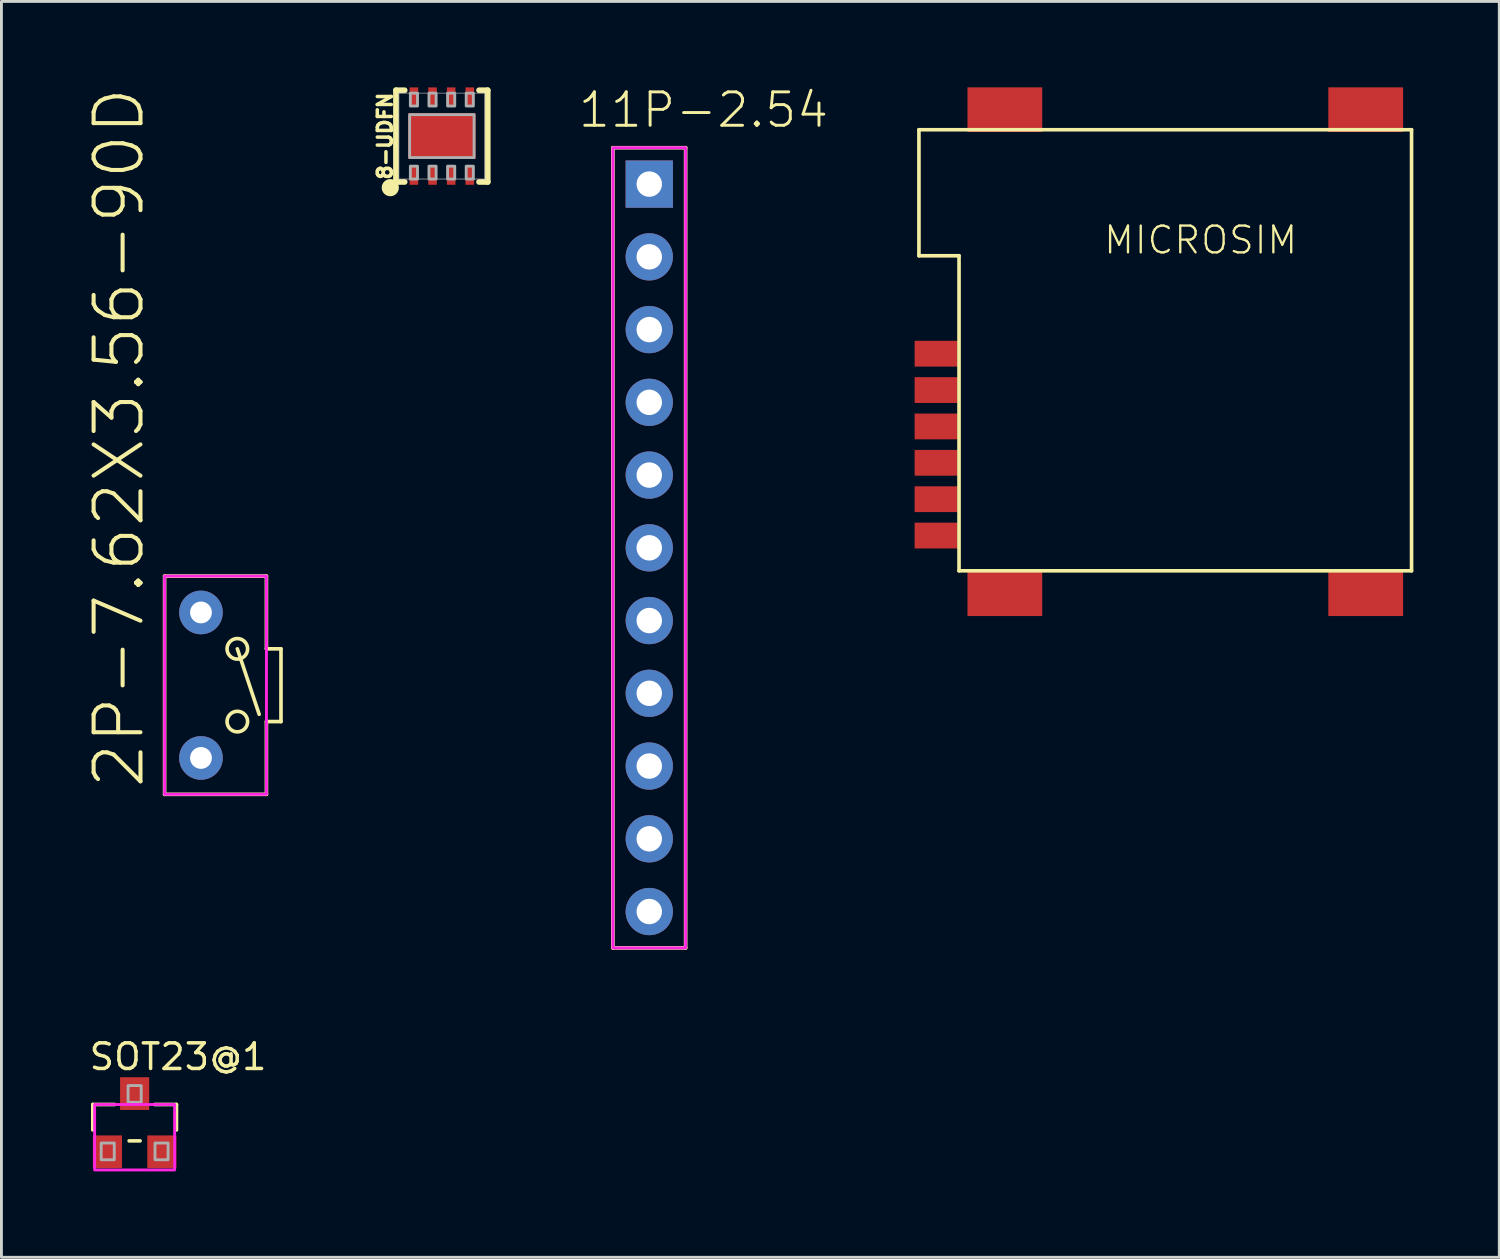
<source format=kicad_pcb>
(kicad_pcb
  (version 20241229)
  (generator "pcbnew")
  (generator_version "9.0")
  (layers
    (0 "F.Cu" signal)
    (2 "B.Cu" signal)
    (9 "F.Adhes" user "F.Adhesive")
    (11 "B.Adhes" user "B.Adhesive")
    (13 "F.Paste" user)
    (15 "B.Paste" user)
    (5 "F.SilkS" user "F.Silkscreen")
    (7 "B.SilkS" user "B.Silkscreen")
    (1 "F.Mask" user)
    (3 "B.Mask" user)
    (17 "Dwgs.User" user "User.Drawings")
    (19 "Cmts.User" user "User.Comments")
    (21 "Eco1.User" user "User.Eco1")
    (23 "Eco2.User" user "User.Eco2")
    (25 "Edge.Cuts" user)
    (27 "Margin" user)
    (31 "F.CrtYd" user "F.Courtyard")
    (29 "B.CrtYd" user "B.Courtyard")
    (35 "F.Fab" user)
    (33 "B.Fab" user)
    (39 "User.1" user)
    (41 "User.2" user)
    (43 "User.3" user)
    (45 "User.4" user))
  (footprint "8-UDFN"
    (layer "F.Cu")
    (at 12.378 1.702)
    (property "Reference" "8-UDFN" (at -1.7 0 90) (layer "F.SilkS") (effects (font (size 0.488 0.488) (thickness 0.122)) (justify bottom)))
    (fp_line (start -1.6 -1.6) (end -1.3 -1.6) (stroke (width 0.203) (type solid)) (layer "F.SilkS"))
    (fp_line (start -1.6 1.6) (end -1.6 -1.6) (stroke (width 0.203) (type solid)) (layer "F.SilkS"))
    (fp_line (start -1.6 1.6) (end -1.3 1.6) (stroke (width 0.203) (type solid)) (layer "F.SilkS"))
    (fp_line (start 1.6 -1.6) (end 1.3 -1.6) (stroke (width 0.203) (type solid)) (layer "F.SilkS"))
    (fp_line (start 1.6 -1.6) (end 1.6 1.6) (stroke (width 0.203) (type solid)) (layer "F.SilkS"))
    (fp_line (start 1.6 1.6) (end 1.3 1.6) (stroke (width 0.203) (type solid)) (layer "F.SilkS"))
    (fp_circle (center -1.8 1.8) (end -1.65 1.8) (stroke (width 0.3) (type solid)) (fill yes) (layer "F.SilkS"))
    (fp_poly (pts (xy -0.688 0.4) (xy 0.688 0.4) (xy 0.688 -0.4) (xy -0.688 -0.4)) (stroke (width 0) (type default)) (fill yes) (layer "F.Paste"))
    (fp_line (start -1.5 -1.5) (end 1.5 -1.5) (stroke (width 0.025) (type solid)) (layer "F.Fab"))
    (fp_line (start -1.5 1.5) (end -1.5 -1.5) (stroke (width 0.025) (type solid)) (layer "F.Fab"))
    (fp_line (start 1.5 -1.5) (end 1.5 1.5) (stroke (width 0.025) (type solid)) (layer "F.Fab"))
    (fp_line (start 1.5 1.5) (end -1.5 1.5) (stroke (width 0.025) (type solid)) (layer "F.Fab"))
    (fp_poly (pts (xy -1.125 0.75) (xy 1.125 0.75) (xy 1.125 -0.75) (xy -1.125 -0.75)) (stroke (width 0.1) (type default)) (fill no) (layer "F.Fab"))
    (fp_poly (pts (xy -1.1 1.5) (xy -0.85 1.5) (xy -0.85 1.05) (xy -1.1 1.05)) (stroke (width 0.1) (type default)) (fill no) (layer "F.Fab"))
    (fp_poly (pts (xy -0.85 -1.5) (xy -1.1 -1.5) (xy -1.1 -1.05) (xy -0.85 -1.05)) (stroke (width 0.1) (type default)) (fill no) (layer "F.Fab"))
    (fp_poly (pts (xy -0.45 1.5) (xy -0.2 1.5) (xy -0.2 1.05) (xy -0.45 1.05)) (stroke (width 0.1) (type default)) (fill no) (layer "F.Fab"))
    (fp_poly (pts (xy -0.2 -1.5) (xy -0.45 -1.5) (xy -0.45 -1.05) (xy -0.2 -1.05)) (stroke (width 0.1) (type default)) (fill no) (layer "F.Fab"))
    (fp_poly (pts (xy 0.2 1.5) (xy 0.45 1.5) (xy 0.45 1.05) (xy 0.2 1.05)) (stroke (width 0.1) (type default)) (fill no) (layer "F.Fab"))
    (fp_poly (pts (xy 0.45 -1.5) (xy 0.2 -1.5) (xy 0.2 -1.05) (xy 0.45 -1.05)) (stroke (width 0.1) (type default)) (fill no) (layer "F.Fab"))
    (fp_poly (pts (xy 0.85 1.5) (xy 1.1 1.5) (xy 1.1 1.05) (xy 0.85 1.05)) (stroke (width 0.1) (type default)) (fill no) (layer "F.Fab"))
    (fp_poly (pts (xy 1.1 -1.5) (xy 0.85 -1.5) (xy 0.85 -1.05) (xy 1.1 -1.05)) (stroke (width 0.1) (type default)) (fill no) (layer "F.Fab"))
    (pad "1" smd rect (at -0.975 1.375) (size 0.3 0.65) (layers "F.Cu" "F.Mask" "F.Paste"))
    (pad "2" smd rect (at -0.325 1.375) (size 0.3 0.65) (layers "F.Cu" "F.Mask" "F.Paste"))
    (pad "3" smd rect (at 0.325 1.375) (size 0.3 0.65) (layers "F.Cu" "F.Mask" "F.Paste"))
    (pad "4" smd rect (at 0.975 1.375) (size 0.3 0.65) (layers "F.Cu" "F.Mask" "F.Paste"))
    (pad "5" smd rect (at 0.975 -1.375 180) (size 0.3 0.65) (layers "F.Cu" "F.Mask" "F.Paste"))
    (pad "6" smd rect (at 0.325 -1.375 180) (size 0.3 0.65) (layers "F.Cu" "F.Mask" "F.Paste"))
    (pad "7" smd rect (at -0.325 -1.375 180) (size 0.3 0.65) (layers "F.Cu" "F.Mask" "F.Paste"))
    (pad "8" smd rect (at -0.975 -1.375 180) (size 0.3 0.65) (layers "F.Cu" "F.Mask" "F.Paste"))
    (pad "EP" smd rect (at 0 0) (size 2.35 1.6) (layers "F.Cu" "F.Mask")))
  (footprint "2P-7.62X3.56-90D"
    (layer "F.Cu")
    (at 3.967 20.875)
    (property "Reference" "2P-7.62X3.56-90D" (at -1.905 3.683 90) (layer "F.SilkS") (effects (font (size 1.636 1.636) (thickness 0.142)) (justify left bottom)))
    (fp_line (start -1.27 -3.81) (end 2.286 -3.81) (stroke (width 0.127) (type solid)) (layer "F.SilkS"))
    (fp_line (start -1.27 3.81) (end -1.27 -3.81) (stroke (width 0.127) (type solid)) (layer "F.SilkS"))
    (fp_line (start 1.27 -1.27) (end 2.032 1.016) (stroke (width 0.127) (type solid)) (layer "F.SilkS"))
    (fp_line (start 2.286 -3.81) (end 2.286 -1.27) (stroke (width 0.127) (type solid)) (layer "F.SilkS"))
    (fp_line (start 2.286 -1.27) (end 2.794 -1.27) (stroke (width 0.127) (type solid)) (layer "F.SilkS"))
    (fp_line (start 2.286 1.27) (end 2.286 3.81) (stroke (width 0.127) (type solid)) (layer "F.SilkS"))
    (fp_line (start 2.286 3.81) (end -1.27 3.81) (stroke (width 0.127) (type solid)) (layer "F.SilkS"))
    (fp_line (start 2.794 -1.27) (end 2.794 1.27) (stroke (width 0.127) (type solid)) (layer "F.SilkS"))
    (fp_line (start 2.794 1.27) (end 2.286 1.27) (stroke (width 0.127) (type solid)) (layer "F.SilkS"))
    (fp_circle (center 1.27 -1.27) (end 1.629 -1.27) (stroke (width 0.127) (type solid)) (fill no) (layer "F.SilkS"))
    (fp_circle (center 1.27 1.27) (end 1.629 1.27) (stroke (width 0.127) (type solid)) (fill no) (layer "F.SilkS"))
    (fp_poly (pts (xy -1.27 3.81) (xy 2.286 3.81) (xy 2.286 -3.81) (xy -1.27 -3.81)) (stroke (width 0.1) (type default)) (fill no) (layer "F.CrtYd"))
    (pad "P$1" thru_hole circle (at 0 -2.54) (size 1.524 1.524) (drill 0.762) (layers "*.Cu" "*.Mask"))
    (pad "P$2" thru_hole circle (at 0 2.54) (size 1.524 1.524) (drill 0.762) (layers "*.Cu" "*.Mask")))
  (footprint "11P-2.54"
    (layer "F.Cu")
    (at 19.62 16.078)
    (property "Reference" "11P-2.54" (at -2.54 -14.605 0) (layer "F.SilkS") (effects (font (size 1.168 1.168) (thickness 0.102)) (justify left bottom)))
    (fp_line (start -1.27 -13.97) (end 1.27 -13.97) (stroke (width 0.127) (type solid)) (layer "F.SilkS"))
    (fp_line (start -1.27 13.97) (end -1.27 -13.97) (stroke (width 0.127) (type solid)) (layer "F.SilkS"))
    (fp_line (start 1.27 -13.97) (end 1.27 13.97) (stroke (width 0.127) (type solid)) (layer "F.SilkS"))
    (fp_line (start 1.27 13.97) (end -1.27 13.97) (stroke (width 0.127) (type solid)) (layer "F.SilkS"))
    (fp_line (start -1.27 -13.97) (end 1.27 -13.97) (stroke (width 0.05) (type solid)) (layer "F.CrtYd"))
    (fp_line (start -1.27 13.97) (end -1.27 -13.97) (stroke (width 0.05) (type solid)) (layer "F.CrtYd"))
    (fp_line (start 1.27 -13.97) (end 1.27 13.97) (stroke (width 0.05) (type solid)) (layer "F.CrtYd"))
    (fp_line (start 1.27 13.97) (end -1.27 13.97) (stroke (width 0.05) (type solid)) (layer "F.CrtYd"))
    (fp_poly (pts (xy -1.27 13.97) (xy 1.27 13.97) (xy 1.27 -13.97) (xy -1.27 -13.97)) (stroke (width 0.1) (type default)) (fill no) (layer "F.CrtYd"))
    (fp_text user "${REFERENCE}" (at 0.635 1.905 90) (layer "F.Mask") (effects (font (size 1.168 1.168) (thickness 0.102)) (justify left bottom)))
    (pad "1" thru_hole rect (at 0 -12.7) (size 1.651 1.651) (drill 0.889) (layers "*.Cu" "*.Mask"))
    (pad "2" thru_hole circle (at 0 -10.16) (size 1.651 1.651) (drill 0.889) (layers "*.Cu" "*.Mask"))
    (pad "3" thru_hole circle (at 0 -7.62) (size 1.651 1.651) (drill 0.889) (layers "*.Cu" "*.Mask"))
    (pad "4" thru_hole circle (at 0 -5.08) (size 1.651 1.651) (drill 0.889) (layers "*.Cu" "*.Mask"))
    (pad "5" thru_hole circle (at 0 -2.54) (size 1.651 1.651) (drill 0.889) (layers "*.Cu" "*.Mask"))
    (pad "6" thru_hole circle (at 0 0) (size 1.651 1.651) (drill 0.889) (layers "*.Cu" "*.Mask"))
    (pad "7" thru_hole circle (at 0 2.54) (size 1.651 1.651) (drill 0.889) (layers "*.Cu" "*.Mask"))
    (pad "8" thru_hole circle (at 0 5.08) (size 1.651 1.651) (drill 0.889) (layers "*.Cu" "*.Mask"))
    (pad "9" thru_hole circle (at 0 7.62) (size 1.651 1.651) (drill 0.889) (layers "*.Cu" "*.Mask"))
    (pad "10" thru_hole circle (at 0 10.16) (size 1.651 1.651) (drill 0.889) (layers "*.Cu" "*.Mask"))
    (pad "11" thru_hole circle (at 0 12.7) (size 1.651 1.651) (drill 0.889) (layers "*.Cu" "*.Mask")))
  (footprint "SOT23@1"
    (layer "F.Cu")
    (at 1.651 36.15)
    (property "Reference" "SOT23@1" (at -1.651 -1.778 0) (layer "F.SilkS") (effects (font (size 0.894 0.894) (thickness 0.122)) (justify left bottom)))
    (fp_line (start -1.46 -0.635) (end -1.46 0.254) (stroke (width 0.127) (type solid)) (layer "F.SilkS"))
    (fp_line (start -0.699 -0.635) (end -1.46 -0.635) (stroke (width 0.127) (type solid)) (layer "F.SilkS"))
    (fp_line (start -0.191 0.635) (end 0.191 0.635) (stroke (width 0.127) (type solid)) (layer "F.SilkS"))
    (fp_line (start 1.46 -0.635) (end 0.699 -0.635) (stroke (width 0.127) (type solid)) (layer "F.SilkS"))
    (fp_line (start 1.46 0.254) (end 1.46 -0.635) (stroke (width 0.127) (type solid)) (layer "F.SilkS"))
    (fp_poly (pts (xy -1.397 1.651) (xy 1.397 1.651) (xy 1.397 -0.635) (xy -1.397 -0.635)) (stroke (width 0.1) (type default)) (fill no) (layer "F.CrtYd"))
    (fp_poly (pts (xy -1.168 1.295) (xy -0.711 1.295) (xy -0.711 0.711) (xy -1.168 0.711)) (stroke (width 0.1) (type default)) (fill no) (layer "F.Fab"))
    (fp_poly (pts (xy -0.229 -0.711) (xy 0.229 -0.711) (xy 0.229 -1.295) (xy -0.229 -1.295)) (stroke (width 0.1) (type default)) (fill no) (layer "F.Fab"))
    (fp_poly (pts (xy 0.711 1.295) (xy 1.168 1.295) (xy 1.168 0.711) (xy 0.711 0.711)) (stroke (width 0.1) (type default)) (fill no) (layer "F.Fab"))
    (fp_text user "${REFERENCE}" (at -1.27 0 0) (layer "F.Mask") (effects (font (size 0.572 0.572) (thickness 0.064)) (justify left bottom)))
    (pad "1" smd rect (at -0.95 1.016 180) (size 1.016 1.143) (layers "F.Cu" "F.Mask" "F.Paste"))
    (pad "2" smd rect (at 0.95 1.016) (size 1.016 1.143) (layers "F.Cu" "F.Mask" "F.Paste"))
    (pad "3" smd rect (at 0 -1.016) (size 1.016 1.143) (layers "F.Cu" "F.Mask" "F.Paste")))
  (footprint "MICROSIM"
    (layer "F.Cu")
    (at 30.436 16.88)
    (property "Reference" "MICROSIM" (at 5 -11 0) (layer "F.SilkS") (effects (font (size 0.935 0.935) (thickness 0.081)) (justify left bottom)))
    (fp_line (start -1.4 -15.4) (end -1.4 -11) (stroke (width 0.127) (type solid)) (layer "F.SilkS"))
    (fp_line (start -1.4 -11) (end 0 -11) (stroke (width 0.127) (type solid)) (layer "F.SilkS"))
    (fp_line (start 0 -11) (end 0 0) (stroke (width 0.127) (type solid)) (layer "F.SilkS"))
    (fp_line (start 0 0) (end 15.8 0) (stroke (width 0.127) (type solid)) (layer "F.SilkS"))
    (fp_line (start 15.8 -15.4) (end -1.4 -15.4) (stroke (width 0.127) (type solid)) (layer "F.SilkS"))
    (fp_line (start 15.8 0) (end 15.8 -15.4) (stroke (width 0.127) (type solid)) (layer "F.SilkS"))
    (pad "1" smd rect (at -0.8 -2.5) (size 1.5 0.9) (layers "F.Cu" "F.Mask" "F.Paste"))
    (pad "2" smd rect (at -0.8 -5.04) (size 1.5 0.9) (layers "F.Cu" "F.Mask" "F.Paste"))
    (pad "3" smd rect (at -0.8 -7.58) (size 1.5 0.9) (layers "F.Cu" "F.Mask" "F.Paste"))
    (pad "5" smd rect (at -0.8 -1.23) (size 1.5 0.9) (layers "F.Cu" "F.Mask" "F.Paste"))
    (pad "6" smd rect (at -0.8 -3.77) (size 1.5 0.9) (layers "F.Cu" "F.Mask" "F.Paste"))
    (pad "7" smd rect (at -0.8 -6.31) (size 1.5 0.9) (layers "F.Cu" "F.Mask" "F.Paste"))
    (pad "P$1" smd rect (at 1.6 0.8) (size 2.61 1.56) (layers "F.Cu" "F.Mask" "F.Paste"))
    (pad "P$2" smd rect (at 14.2 0.8) (size 2.61 1.56) (layers "F.Cu" "F.Mask" "F.Paste"))
    (pad "P$3" smd rect (at 14.2 -16.1) (size 2.61 1.56) (layers "F.Cu" "F.Mask" "F.Paste"))
    (pad "P$4" smd rect (at 1.6 -16.1) (size 2.61 1.56) (layers "F.Cu" "F.Mask" "F.Paste")))
  (gr_rect
    (start -3 -3)
    (end 49.3 40.851)
    (stroke (width 0.1) (type default))
    (fill no)
    (layer "Edge.Cuts")))
</source>
